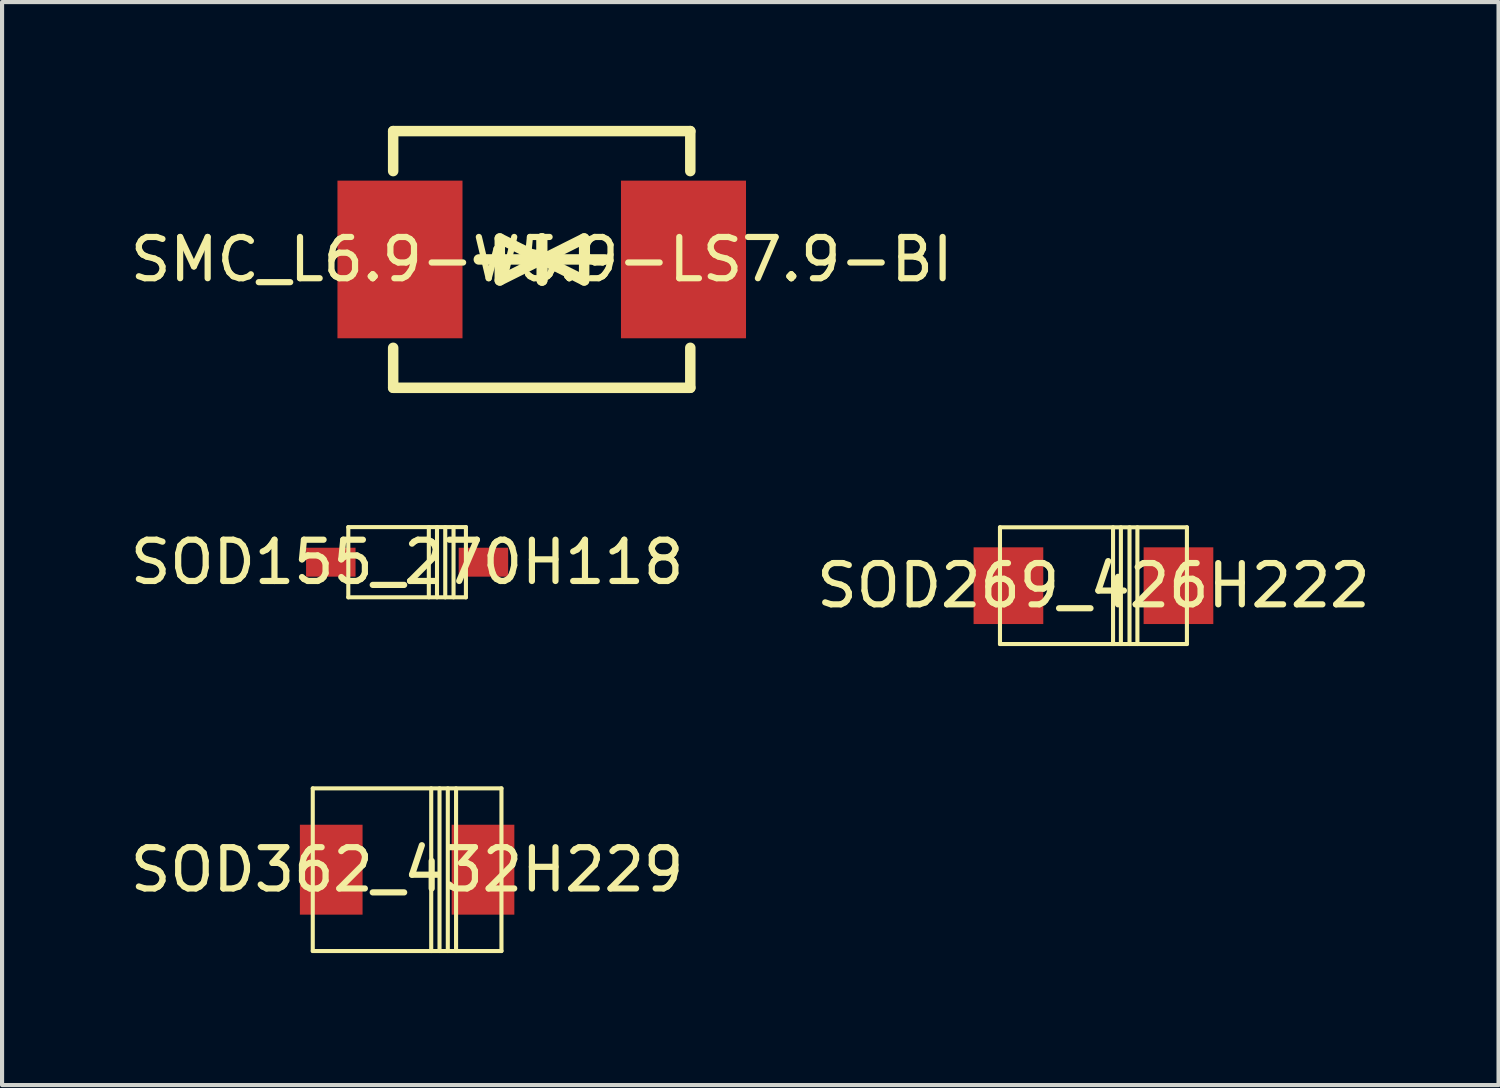
<source format=kicad_pcb>
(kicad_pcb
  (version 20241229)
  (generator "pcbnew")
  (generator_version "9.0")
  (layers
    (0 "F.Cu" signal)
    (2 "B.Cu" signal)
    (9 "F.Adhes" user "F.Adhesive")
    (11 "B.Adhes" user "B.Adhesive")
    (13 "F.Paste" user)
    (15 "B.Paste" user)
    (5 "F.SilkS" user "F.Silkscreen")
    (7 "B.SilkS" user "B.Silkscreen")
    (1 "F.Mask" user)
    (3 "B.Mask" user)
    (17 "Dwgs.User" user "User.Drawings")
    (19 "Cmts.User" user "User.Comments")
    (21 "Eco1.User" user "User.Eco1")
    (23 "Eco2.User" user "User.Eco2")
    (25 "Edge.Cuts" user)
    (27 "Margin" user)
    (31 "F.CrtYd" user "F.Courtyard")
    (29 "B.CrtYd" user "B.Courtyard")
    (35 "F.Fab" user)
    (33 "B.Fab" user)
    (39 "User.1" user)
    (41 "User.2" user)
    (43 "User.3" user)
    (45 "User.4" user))
  (footprint "SOD155_270H118"
    (layer "F.Cu")
    (at 6.815 10.573)
    (property "Reference" "SOD155_270H118" (at 0 0 0) (layer "F.SilkS") (effects (font (size 1 1) (thickness 0.15))))
    (fp_line (start -1.425 -0.851) (end -1.425 0.851) (stroke (width 0.099) (type default)) (layer "F.SilkS"))
    (fp_line (start -1.425 -0.851) (end 1.425 -0.851) (stroke (width 0.099) (type default)) (layer "F.SilkS"))
    (fp_line (start -1.425 0.851) (end 1.425 0.851) (stroke (width 0.099) (type default)) (layer "F.SilkS"))
    (fp_line (start 0.526 -0.851) (end 0.526 0.851) (stroke (width 0.099) (type default)) (layer "F.SilkS"))
    (fp_line (start 0.724 -0.851) (end 0.724 0.851) (stroke (width 0.099) (type default)) (layer "F.SilkS"))
    (fp_line (start 0.924 -0.851) (end 0.924 0.851) (stroke (width 0.099) (type default)) (layer "F.SilkS"))
    (fp_line (start 1.125 -0.851) (end 1.125 0.851) (stroke (width 0.099) (type default)) (layer "F.SilkS"))
    (fp_line (start 1.425 -0.851) (end 1.425 0.851) (stroke (width 0.099) (type default)) (layer "F.SilkS"))
    (fp_line (start -2.649 -1.049) (end -2.649 1.049) (stroke (width 0.025) (type default)) (layer "User.1"))
    (fp_line (start -2.649 -1.049) (end 2.649 -1.049) (stroke (width 0.025) (type default)) (layer "User.1"))
    (fp_line (start -2.649 1.049) (end 2.649 1.049) (stroke (width 0.025) (type default)) (layer "User.1"))
    (fp_line (start 2.649 -1.049) (end 2.649 1.049) (stroke (width 0.025) (type default)) (layer "User.1"))
    (fp_poly (pts (xy -1.425 0.851) (xy 1.425 0.851) (xy 1.425 -0.851) (xy -1.425 -0.851)) (stroke (width 0.1) (type default)) (fill no) (layer "User.1"))
    (fp_poly (pts (xy -1.425 0.851) (xy 1.425 0.851) (xy 1.425 -0.851) (xy -1.425 -0.851)) (stroke (width 0.1) (type default)) (fill no) (layer "User.1"))
    (fp_poly (pts (xy -2.649 1.049) (xy 2.649 1.049) (xy 2.649 -1.049) (xy -1.409 -1.049) (xy -1.409 -0.861) (xy 1.44 -0.861) (xy 1.44 0.871) (xy -1.44 0.871) (xy -1.44 -1.049) (xy -2.649 -1.049)) (stroke (width 0.1) (type default)) (fill no) (layer "User.1"))
    (fp_poly (pts (xy -2.649 1.049) (xy 2.649 1.049) (xy 2.649 -1.049) (xy -1.409 -1.049) (xy -1.409 -0.861) (xy 1.44 -0.861) (xy 1.44 0.871) (xy -1.44 0.871) (xy -1.44 -1.049) (xy -2.649 -1.049)) (stroke (width 0.1) (type default)) (fill no) (layer "User.1"))
    (pad "1" smd rect (at -1.849 0 270) (size 0.701 1.199) (layers "F.Cu" "F.Mask" "F.Paste"))
    (pad "2" smd rect (at 1.849 0 270) (size 0.701 1.199) (layers "F.Cu" "F.Mask" "F.Paste")))
  (footprint "SMC_L6.9-W5.9-LS7.9-BI"
    (layer "F.Cu")
    (at 10.077 3.237)
    (property "Reference" "SMC_L6.9-W5.9-LS7.9-BI" (at 0 0 0) (layer "F.SilkS") (effects (font (size 1 1) (thickness 0.15))))
    (fp_line (start -3.6 -2.141) (end -3.6 -3.11) (stroke (width 0.254) (type default)) (layer "F.SilkS"))
    (fp_line (start -3.6 3.11) (end -3.6 2.141) (stroke (width 0.254) (type default)) (layer "F.SilkS"))
    (fp_line (start -1.524 0) (end 0.508 0) (stroke (width 0.254) (type default)) (layer "F.SilkS"))
    (fp_line (start -1.016 -0.508) (end -1.016 0.508) (stroke (width 0.254) (type default)) (layer "F.SilkS"))
    (fp_line (start -1.016 0.508) (end 0 0) (stroke (width 0.254) (type default)) (layer "F.SilkS"))
    (fp_line (start 0 -0.508) (end 0 0.508) (stroke (width 0.254) (type default)) (layer "F.SilkS"))
    (fp_line (start 0 0) (end -1.016 -0.508) (stroke (width 0.254) (type default)) (layer "F.SilkS"))
    (fp_line (start 0 0) (end 0 -0.508) (stroke (width 0.254) (type default)) (layer "F.SilkS"))
    (fp_line (start 0.012 0) (end 0.012 0.508) (stroke (width 0.254) (type default)) (layer "F.SilkS"))
    (fp_line (start 0.012 0) (end 1.028 0.508) (stroke (width 0.254) (type default)) (layer "F.SilkS"))
    (fp_line (start 0.012 0.508) (end 0.012 -0.508) (stroke (width 0.254) (type default)) (layer "F.SilkS"))
    (fp_line (start 1.028 -0.508) (end 0.012 0) (stroke (width 0.254) (type default)) (layer "F.SilkS"))
    (fp_line (start 1.028 0.508) (end 1.028 -0.508) (stroke (width 0.254) (type default)) (layer "F.SilkS"))
    (fp_line (start 1.536 0) (end -0.496 0) (stroke (width 0.254) (type default)) (layer "F.SilkS"))
    (fp_line (start 3.6 -3.11) (end -3.6 -3.11) (stroke (width 0.254) (type default)) (layer "F.SilkS"))
    (fp_line (start 3.6 -2.141) (end 3.6 -3.11) (stroke (width 0.254) (type default)) (layer "F.SilkS"))
    (fp_line (start 3.6 3.11) (end -3.6 3.11) (stroke (width 0.254) (type default)) (layer "F.SilkS"))
    (fp_line (start 3.6 3.11) (end 3.6 2.141) (stroke (width 0.254) (type default)) (layer "F.SilkS"))
    (fp_poly (pts (xy -3.949 -1.525) (xy -2.809 -1.525) (xy -2.809 1.525) (xy -3.949 1.525)) (stroke (width 0.1) (type default)) (fill no) (layer "User.1"))
    (fp_poly (pts (xy 2.812 -1.525) (xy 3.951 -1.525) (xy 3.951 1.525) (xy 2.812 1.525)) (stroke (width 0.1) (type default)) (fill no) (layer "User.1"))
    (fp_line (start -3.45 -2.95) (end 3.45 -2.95) (stroke (width 0.051) (type default)) (layer "User.2"))
    (fp_line (start -3.45 2.95) (end -3.45 -2.95) (stroke (width 0.051) (type default)) (layer "User.2"))
    (fp_line (start 3.45 -2.95) (end 3.45 2.95) (stroke (width 0.051) (type default)) (layer "User.2"))
    (fp_line (start 3.45 2.95) (end -3.45 2.95) (stroke (width 0.051) (type default)) (layer "User.2"))
    (fp_poly (pts (xy -4.004 -3.048) (xy -4.022 -3.09) (xy -4.064 -3.108) (xy -4.106 -3.09) (xy -4.124 -3.048) (xy -4.106 -3.006) (xy -4.064 -2.988) (xy -4.022 -3.006)) (stroke (width 0.1) (type default)) (fill no) (layer "User.3"))
    (pad "1" smd rect (at -3.435 0) (size 3.03 3.82) (layers "F.Cu" "F.Mask" "F.Paste"))
    (pad "2" smd rect (at 3.435 0) (size 3.03 3.82) (layers "F.Cu" "F.Mask" "F.Paste")))
  (footprint "SOD362_432H229"
    (layer "F.Cu")
    (at 6.815 18.024)
    (property "Reference" "SOD362_432H229" (at 0 0 0) (layer "F.SilkS") (effects (font (size 1 1) (thickness 0.15))))
    (fp_line (start -2.286 1.971) (end -2.286 -1.971) (stroke (width 0.099) (type default)) (layer "F.SilkS"))
    (fp_line (start 0.584 1.971) (end 0.584 -1.971) (stroke (width 0.099) (type default)) (layer "F.SilkS"))
    (fp_line (start 0.785 1.971) (end 0.785 -1.971) (stroke (width 0.099) (type default)) (layer "F.SilkS"))
    (fp_line (start 0.986 1.971) (end 0.986 -1.971) (stroke (width 0.099) (type default)) (layer "F.SilkS"))
    (fp_line (start 1.186 1.971) (end 1.186 -1.971) (stroke (width 0.099) (type default)) (layer "F.SilkS"))
    (fp_line (start 2.286 -1.971) (end -2.286 -1.971) (stroke (width 0.099) (type default)) (layer "F.SilkS"))
    (fp_line (start 2.286 1.971) (end -2.286 1.971) (stroke (width 0.099) (type default)) (layer "F.SilkS"))
    (fp_line (start 2.286 1.971) (end 2.286 -1.971) (stroke (width 0.099) (type default)) (layer "F.SilkS"))
    (fp_line (start -2.799 2.169) (end -2.799 -2.169) (stroke (width 0.025) (type default)) (layer "User.1"))
    (fp_line (start 2.799 -2.169) (end -2.799 -2.169) (stroke (width 0.025) (type default)) (layer "User.1"))
    (fp_line (start 2.799 2.169) (end -2.799 2.169) (stroke (width 0.025) (type default)) (layer "User.1"))
    (fp_line (start 2.799 2.169) (end 2.799 -2.169) (stroke (width 0.025) (type default)) (layer "User.1"))
    (fp_poly (pts (xy -2.286 1.971) (xy 2.286 1.971) (xy 2.286 -1.971) (xy -2.286 -1.971)) (stroke (width 0.1) (type default)) (fill no) (layer "User.1"))
    (fp_poly (pts (xy -2.286 1.971) (xy 2.286 1.971) (xy 2.286 -1.971) (xy -2.286 -1.971)) (stroke (width 0.1) (type default)) (fill no) (layer "User.1"))
    (fp_poly (pts (xy -2.799 2.169) (xy 2.799 2.169) (xy 2.799 -2.169) (xy -2.2 -2.169) (xy -2.2 -1.999) (xy 2.301 -1.999) (xy 2.301 1.999) (xy -2.301 1.999) (xy -2.301 -2.169) (xy -2.799 -2.169)) (stroke (width 0.1) (type default)) (fill no) (layer "User.1"))
    (fp_poly (pts (xy -2.799 2.169) (xy 2.799 2.169) (xy 2.799 -2.169) (xy -2.2 -2.169) (xy -2.2 -1.999) (xy 2.301 -1.999) (xy 2.301 1.999) (xy -2.301 1.999) (xy -2.301 -2.169) (xy -2.799 -2.169)) (stroke (width 0.1) (type default)) (fill no) (layer "User.1"))
    (pad "1" smd rect (at -1.839 0 90) (size 2.179 1.519) (layers "F.Cu" "F.Mask" "F.Paste"))
    (pad "2" smd rect (at 1.839 0 90) (size 2.179 1.519) (layers "F.Cu" "F.Mask" "F.Paste")))
  (footprint "SOD269_426H222"
    (layer "F.Cu")
    (at 23.446 11.139)
    (property "Reference" "SOD269_426H222" (at 0 0 0) (layer "F.SilkS") (effects (font (size 1 1) (thickness 0.15))))
    (fp_line (start -2.265 1.417) (end -2.265 -1.412) (stroke (width 0.099) (type default)) (layer "F.SilkS"))
    (fp_line (start 0.475 1.417) (end 0.475 -1.412) (stroke (width 0.099) (type default)) (layer "F.SilkS"))
    (fp_line (start 0.665 1.417) (end 0.665 -1.412) (stroke (width 0.099) (type default)) (layer "F.SilkS"))
    (fp_line (start 0.874 1.417) (end 0.874 -1.412) (stroke (width 0.099) (type default)) (layer "F.SilkS"))
    (fp_line (start 1.065 1.417) (end 1.065 -1.412) (stroke (width 0.099) (type default)) (layer "F.SilkS"))
    (fp_line (start 2.265 -1.412) (end -2.265 -1.412) (stroke (width 0.099) (type default)) (layer "F.SilkS"))
    (fp_line (start 2.265 1.417) (end -2.265 1.417) (stroke (width 0.099) (type default)) (layer "F.SilkS"))
    (fp_line (start 2.265 1.417) (end 2.265 -1.412) (stroke (width 0.099) (type default)) (layer "F.SilkS"))
    (fp_line (start -3.104 1.615) (end -3.104 -1.615) (stroke (width 0.025) (type default)) (layer "User.1"))
    (fp_line (start 3.104 -1.615) (end -3.104 -1.615) (stroke (width 0.025) (type default)) (layer "User.1"))
    (fp_line (start 3.104 1.615) (end -3.104 1.615) (stroke (width 0.025) (type default)) (layer "User.1"))
    (fp_line (start 3.104 1.615) (end 3.104 -1.615) (stroke (width 0.025) (type default)) (layer "User.1"))
    (fp_poly (pts (xy -2.265 1.417) (xy 2.265 1.417) (xy 2.265 -1.412) (xy -2.265 -1.412)) (stroke (width 0.1) (type default)) (fill no) (layer "User.1"))
    (fp_poly (pts (xy -2.265 1.417) (xy 2.265 1.417) (xy 2.265 -1.412) (xy -2.265 -1.412)) (stroke (width 0.1) (type default)) (fill no) (layer "User.1"))
    (fp_poly (pts (xy -3.104 1.615) (xy 3.104 1.615) (xy 3.104 -1.615) (xy -2.251 -1.615) (xy -2.251 -1.427) (xy 2.279 -1.427) (xy 2.281 -1.425) (xy 2.281 1.448) (xy -2.281 1.448) (xy -2.284 1.446) (xy -2.284 -1.615) (xy -3.104 -1.615)) (stroke (width 0.1) (type default)) (fill no) (layer "User.1"))
    (fp_poly (pts (xy -3.104 1.615) (xy 3.104 1.615) (xy 3.104 -1.615) (xy -2.251 -1.615) (xy -2.251 -1.427) (xy 2.279 -1.427) (xy 2.281 -1.425) (xy 2.281 1.448) (xy -2.281 1.448) (xy -2.284 1.446) (xy -2.284 -1.615) (xy -3.104 -1.615)) (stroke (width 0.1) (type default)) (fill no) (layer "User.1"))
    (pad "1" smd rect (at -2.06 0.003 90) (size 1.859 1.689) (layers "F.Cu" "F.Mask" "F.Paste"))
    (pad "2" smd rect (at 2.06 0.003 90) (size 1.859 1.689) (layers "F.Cu" "F.Mask" "F.Paste")))
  (gr_rect
    (start -3 -3)
    (end 33.262 23.243)
    (stroke (width 0.1) (type default))
    (fill no)
    (layer "Edge.Cuts")))
</source>
